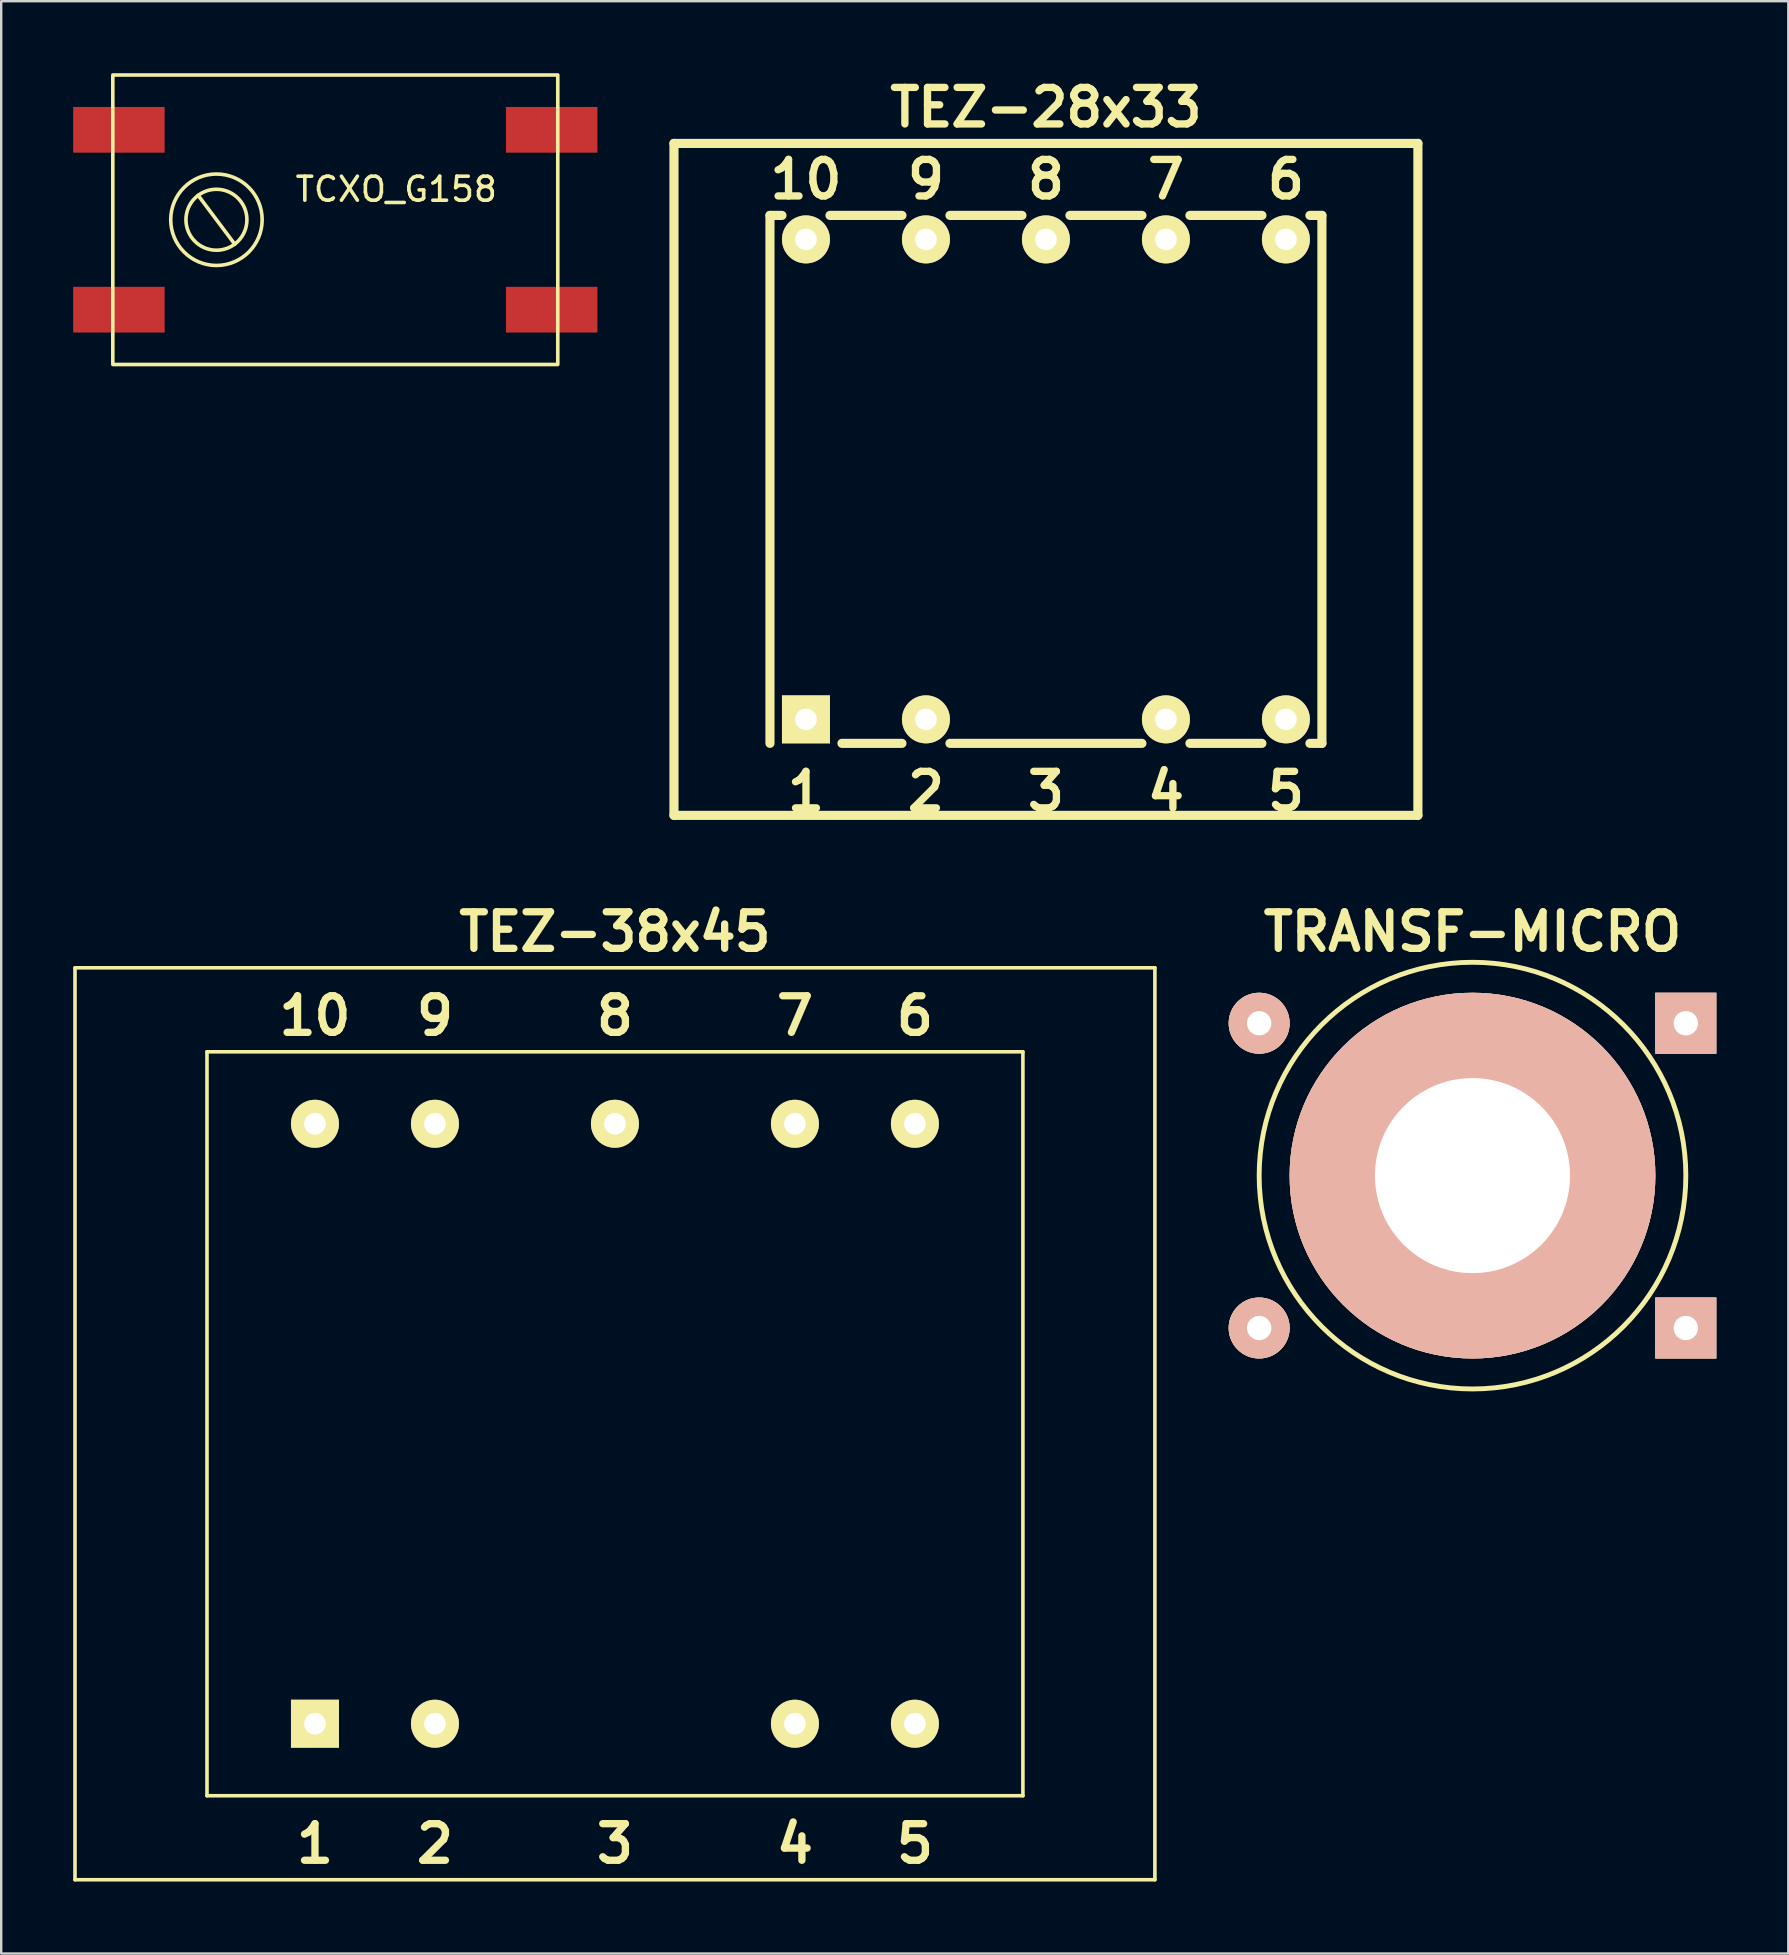
<source format=kicad_pcb>
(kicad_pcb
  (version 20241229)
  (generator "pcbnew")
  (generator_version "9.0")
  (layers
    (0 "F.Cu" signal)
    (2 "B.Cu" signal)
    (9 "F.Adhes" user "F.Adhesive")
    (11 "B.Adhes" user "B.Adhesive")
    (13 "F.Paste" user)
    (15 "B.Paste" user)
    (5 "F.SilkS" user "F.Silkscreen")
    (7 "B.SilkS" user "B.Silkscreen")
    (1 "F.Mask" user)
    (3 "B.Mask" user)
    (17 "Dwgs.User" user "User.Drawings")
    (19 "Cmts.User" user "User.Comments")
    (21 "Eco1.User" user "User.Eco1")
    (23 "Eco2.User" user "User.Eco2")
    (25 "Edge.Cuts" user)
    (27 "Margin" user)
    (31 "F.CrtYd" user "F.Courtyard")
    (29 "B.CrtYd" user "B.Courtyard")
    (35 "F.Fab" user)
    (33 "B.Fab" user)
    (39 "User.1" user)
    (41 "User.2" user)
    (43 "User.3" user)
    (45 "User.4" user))
  (footprint "TEZ-38x45"
    (layer "F.Cu")
    (at 22.575 56.279)
    (property "Reference" "TEZ-38x45" (at 0 -20.5 0) (layer "F.SilkS") (effects (font (size 1.524 1.524) (thickness 0.305))))
    (attr through_hole)
    (fp_line (start -22.5 -19) (end 22.5 -19) (stroke (width 0.15) (type solid)) (layer "F.SilkS"))
    (fp_line (start -22.5 19) (end -22.5 -19) (stroke (width 0.15) (type solid)) (layer "F.SilkS"))
    (fp_line (start -17 -15.5) (end 17 -15.5) (stroke (width 0.15) (type solid)) (layer "F.SilkS"))
    (fp_line (start -17 15.5) (end -17 -15.5) (stroke (width 0.15) (type solid)) (layer "F.SilkS"))
    (fp_line (start 17 -15.5) (end 17 15.5) (stroke (width 0.15) (type solid)) (layer "F.SilkS"))
    (fp_line (start 17 15.5) (end -17 15.5) (stroke (width 0.15) (type solid)) (layer "F.SilkS"))
    (fp_line (start 22.5 -19) (end 22.5 19) (stroke (width 0.15) (type solid)) (layer "F.SilkS"))
    (fp_line (start 22.5 19) (end -22.5 19) (stroke (width 0.15) (type solid)) (layer "F.SilkS"))
    (fp_text user "3" (at 0 17.5 0) (layer "F.SilkS") (effects (font (size 1.524 1.524) (thickness 0.305))))
    (fp_text user "10" (at -12.5 -17 0) (layer "F.SilkS") (effects (font (size 1.524 1.524) (thickness 0.305))))
    (fp_text user "4" (at 7.5 17.5 0) (layer "F.SilkS") (effects (font (size 1.524 1.524) (thickness 0.305))))
    (fp_text user "1" (at -12.5 17.5 0) (layer "F.SilkS") (effects (font (size 1.524 1.524) (thickness 0.305))))
    (fp_text user "7" (at 7.5 -17 0) (layer "F.SilkS") (effects (font (size 1.524 1.524) (thickness 0.305))))
    (fp_text user "9" (at -7.5 -17 0) (layer "F.SilkS") (effects (font (size 1.524 1.524) (thickness 0.305))))
    (fp_text user "2" (at -7.5 17.5 0) (layer "F.SilkS") (effects (font (size 1.524 1.524) (thickness 0.305))))
    (fp_text user "6" (at 12.5 -17 0) (layer "F.SilkS") (effects (font (size 1.524 1.524) (thickness 0.305))))
    (fp_text user "8" (at 0 -17 0) (layer "F.SilkS") (effects (font (size 1.524 1.524) (thickness 0.305))))
    (fp_text user "5" (at 12.5 17.5 0) (layer "F.SilkS") (effects (font (size 1.524 1.524) (thickness 0.305))))
    (pad "1" thru_hole rect (at -12.5 12.5) (size 2 2) (drill 0.9) (layers "*.Cu" "*.Mask" "F.SilkS"))
    (pad "2" thru_hole circle (at -7.5 12.5) (size 2 2) (drill 0.9) (layers "*.Cu" "*.Mask" "F.SilkS"))
    (pad "4" thru_hole circle (at 7.5 12.5) (size 2 2) (drill 0.9) (layers "*.Cu" "*.Mask" "F.SilkS"))
    (pad "5" thru_hole circle (at 12.5 12.5) (size 2 2) (drill 0.9) (layers "*.Cu" "*.Mask" "F.SilkS"))
    (pad "6" thru_hole circle (at 12.5 -12.5) (size 2 2) (drill 0.9) (layers "*.Cu" "*.Mask" "F.SilkS"))
    (pad "7" thru_hole circle (at 7.5 -12.5) (size 2 2) (drill 0.9) (layers "*.Cu" "*.Mask" "F.SilkS"))
    (pad "8" thru_hole circle (at 0 -12.5) (size 2 2) (drill 0.9) (layers "*.Cu" "*.Mask" "F.SilkS"))
    (pad "9" thru_hole circle (at -7.5 -12.5) (size 2 2) (drill 0.9) (layers "*.Cu" "*.Mask" "F.SilkS"))
    (pad "10" thru_hole circle (at -12.5 -12.5) (size 2 2) (drill 0.9) (layers "*.Cu" "*.Mask" "F.SilkS")))
  (footprint "TRANSF-MICRO"
    (layer "F.Cu")
    (at 58.31 45.939)
    (property "Reference" "TRANSF-MICRO" (at 0 -10.16 0) (layer "F.SilkS") (effects (font (size 1.524 1.524) (thickness 0.305))))
    (attr through_hole)
    (fp_circle (center 0 0) (end 8.89 0) (stroke (width 0.203) (type solid)) (fill no) (layer "F.SilkS"))
    (pad "" thru_hole circle (at 0 0) (size 15.24 15.24) (drill 8.128) (layers "*.Cu" "*.SilkS" "*.Mask"))
    (pad "1" thru_hole circle (at -8.89 -6.35) (size 2.54 2.54) (drill 1.016) (layers "*.Cu" "*.SilkS" "*.Mask"))
    (pad "2" thru_hole circle (at -8.89 6.35) (size 2.54 2.54) (drill 1.016) (layers "*.Cu" "*.SilkS" "*.Mask"))
    (pad "3" thru_hole rect (at 8.89 -6.35) (size 2.54 2.54) (drill 1.016) (layers "*.Cu" "*.SilkS" "*.Mask"))
    (pad "4" thru_hole rect (at 8.89 6.35) (size 2.54 2.54) (drill 1.016) (layers "*.Cu" "*.SilkS" "*.Mask")))
  (footprint "TEZ-28x33"
    (layer "F.Cu")
    (at 40.535 16.926)
    (property "Reference" "TEZ-28x33" (at 0 -15.5 0) (layer "F.SilkS") (effects (font (size 1.524 1.524) (thickness 0.305))))
    (attr through_hole)
    (fp_line (start -15.5 -14) (end 15.5 -14) (stroke (width 0.381) (type solid)) (layer "F.SilkS"))
    (fp_line (start -15.5 14) (end -15.5 -14) (stroke (width 0.381) (type solid)) (layer "F.SilkS"))
    (fp_line (start -11.5 -11) (end -11.5 11) (stroke (width 0.381) (type solid)) (layer "F.SilkS"))
    (fp_line (start -11 -11) (end -11.5 -11) (stroke (width 0.381) (type solid)) (layer "F.SilkS"))
    (fp_line (start -8.5 11) (end -6 11) (stroke (width 0.381) (type solid)) (layer "F.SilkS"))
    (fp_line (start -6 -11) (end -9 -11) (stroke (width 0.381) (type solid)) (layer "F.SilkS"))
    (fp_line (start -4 11) (end 4 11) (stroke (width 0.381) (type solid)) (layer "F.SilkS"))
    (fp_line (start -1 -11) (end -4 -11) (stroke (width 0.381) (type solid)) (layer "F.SilkS"))
    (fp_line (start 4 -11) (end 1 -11) (stroke (width 0.381) (type solid)) (layer "F.SilkS"))
    (fp_line (start 6 11) (end 9 11) (stroke (width 0.381) (type solid)) (layer "F.SilkS"))
    (fp_line (start 9 -11) (end 6 -11) (stroke (width 0.381) (type solid)) (layer "F.SilkS"))
    (fp_line (start 11 11) (end 11.5 11) (stroke (width 0.381) (type solid)) (layer "F.SilkS"))
    (fp_line (start 11.5 -11) (end 11 -11) (stroke (width 0.381) (type solid)) (layer "F.SilkS"))
    (fp_line (start 11.5 11) (end 11.5 -11) (stroke (width 0.381) (type solid)) (layer "F.SilkS"))
    (fp_line (start 15.5 -14) (end 15.5 14) (stroke (width 0.381) (type solid)) (layer "F.SilkS"))
    (fp_line (start 15.5 14) (end -15.5 14) (stroke (width 0.381) (type solid)) (layer "F.SilkS"))
    (fp_text user "4" (at 5 13 0) (layer "F.SilkS") (effects (font (size 1.524 1.524) (thickness 0.305))))
    (fp_text user "5" (at 10 13 0) (layer "F.SilkS") (effects (font (size 1.524 1.524) (thickness 0.305))))
    (fp_text user "2" (at -5 13 0) (layer "F.SilkS") (effects (font (size 1.524 1.524) (thickness 0.305))))
    (fp_text user "7" (at 5 -12.5 0) (layer "F.SilkS") (effects (font (size 1.524 1.524) (thickness 0.305))))
    (fp_text user "3" (at 0 13 0) (layer "F.SilkS") (effects (font (size 1.524 1.524) (thickness 0.305))))
    (fp_text user "9" (at -5 -12.5 0) (layer "F.SilkS") (effects (font (size 1.524 1.524) (thickness 0.305))))
    (fp_text user "6" (at 10 -12.5 0) (layer "F.SilkS") (effects (font (size 1.524 1.524) (thickness 0.305))))
    (fp_text user "10" (at -10 -12.5 0) (layer "F.SilkS") (effects (font (size 1.524 1.524) (thickness 0.305))))
    (fp_text user "8" (at 0 -12.5 0) (layer "F.SilkS") (effects (font (size 1.524 1.524) (thickness 0.305))))
    (fp_text user "1" (at -10 13 0) (layer "F.SilkS") (effects (font (size 1.524 1.524) (thickness 0.305))))
    (pad "1" thru_hole rect (at -10 10) (size 2 2) (drill 0.9) (layers "*.Cu" "*.Mask" "F.SilkS"))
    (pad "2" thru_hole circle (at -5 10) (size 2 2) (drill 0.9) (layers "*.Cu" "*.Mask" "F.SilkS"))
    (pad "4" thru_hole circle (at 5 10) (size 2 2) (drill 0.9) (layers "*.Cu" "*.Mask" "F.SilkS"))
    (pad "5" thru_hole circle (at 10 10) (size 2 2) (drill 0.9) (layers "*.Cu" "*.Mask" "F.SilkS"))
    (pad "6" thru_hole circle (at 10 -10) (size 2 2) (drill 0.9) (layers "*.Cu" "*.Mask" "F.SilkS"))
    (pad "7" thru_hole circle (at 5 -10) (size 2 2) (drill 0.9) (layers "*.Cu" "*.Mask" "F.SilkS"))
    (pad "8" thru_hole circle (at 0 -10) (size 2 2) (drill 0.9) (layers "*.Cu" "*.Mask" "F.SilkS"))
    (pad "9" thru_hole circle (at -5 -10) (size 2 2) (drill 0.9) (layers "*.Cu" "*.Mask" "F.SilkS"))
    (pad "10" thru_hole circle (at -10 -10) (size 2 2) (drill 0.9) (layers "*.Cu" "*.Mask" "F.SilkS")))
  (footprint "TCXO_G158"
    (layer "F.Cu")
    (at 10.922 6.107)
    (property "Reference" "TCXO_G158" (at 2.54 -1.27 0) (layer "F.SilkS") (effects (font (size 1 1) (thickness 0.15))))
    (attr smd)
    (fp_line (start -9.271 -6.032) (end 9.271 -6.032) (stroke (width 0.15) (type solid)) (layer "F.SilkS"))
    (fp_line (start -9.271 5.969) (end -9.271 -5.969) (stroke (width 0.15) (type solid)) (layer "F.SilkS"))
    (fp_line (start -5.715 -1.016) (end -4.191 1.016) (stroke (width 0.15) (type solid)) (layer "F.SilkS"))
    (fp_line (start 9.271 -5.969) (end 9.271 5.969) (stroke (width 0.15) (type solid)) (layer "F.SilkS"))
    (fp_line (start 9.271 6.032) (end -9.271 6.032) (stroke (width 0.15) (type solid)) (layer "F.SilkS"))
    (fp_circle (center -4.953 0) (end -3.683 0) (stroke (width 0.15) (type solid)) (fill no) (layer "F.SilkS"))
    (fp_circle (center -4.953 0) (end -3.048 0) (stroke (width 0.15) (type solid)) (fill no) (layer "F.SilkS"))
    (pad "1" smd rect (at -9.017 3.747) (size 3.81 1.905) (layers "F.Cu" "F.Mask" "F.Paste"))
    (pad "2" smd rect (at 9.017 3.747) (size 3.81 1.905) (layers "F.Cu" "F.Mask" "F.Paste"))
    (pad "3" smd rect (at 9.017 -3.747) (size 3.81 1.905) (layers "F.Cu" "F.Mask" "F.Paste"))
    (pad "4" smd rect (at -9.017 -3.747) (size 3.81 1.905) (layers "F.Cu" "F.Mask" "F.Paste")))
  (gr_rect
    (start -3 -3)
    (end 71.47 78.354)
    (stroke (width 0.1) (type default))
    (fill no)
    (layer "Edge.Cuts")))
</source>
